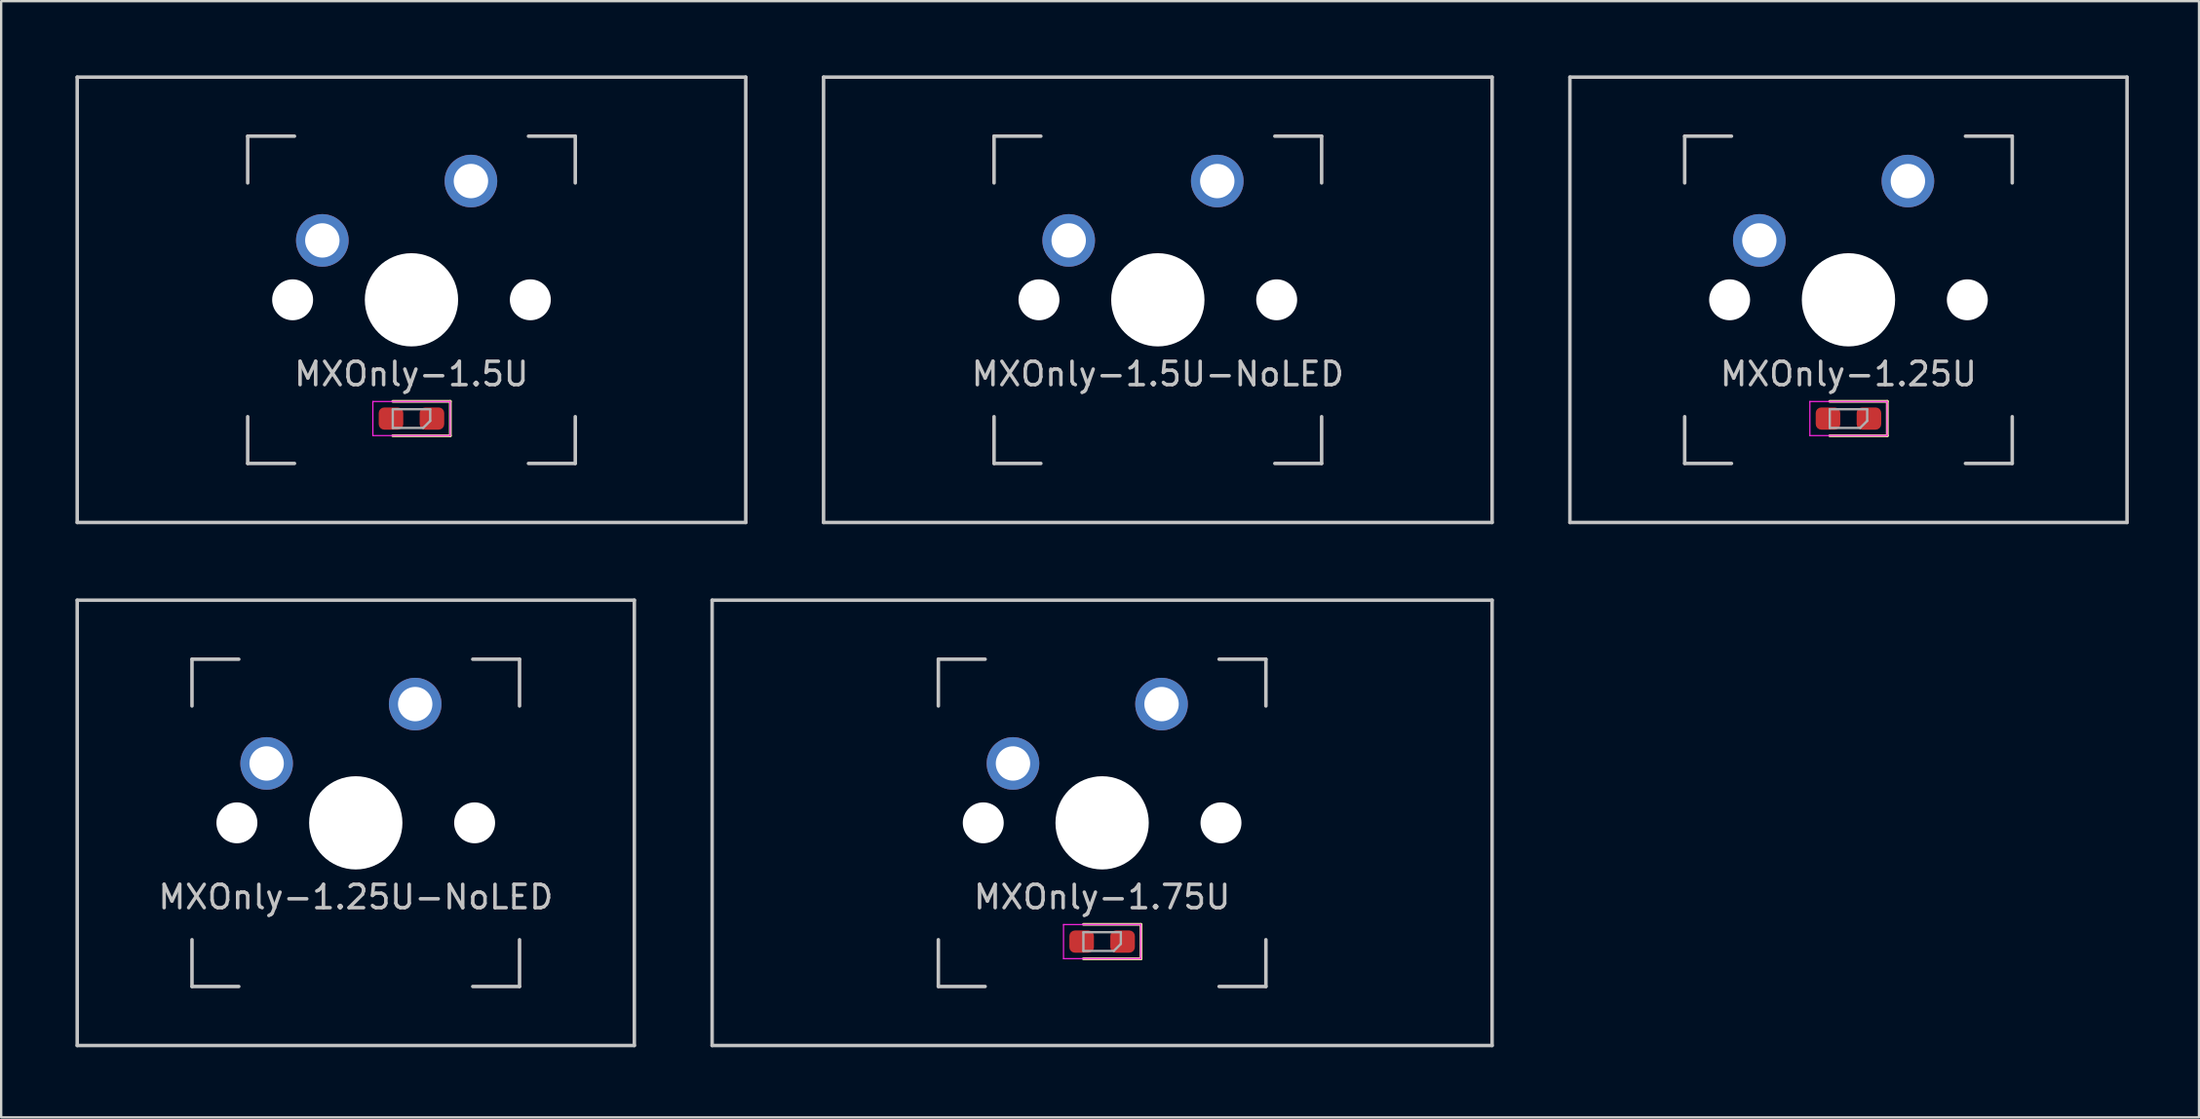
<source format=kicad_pcb>
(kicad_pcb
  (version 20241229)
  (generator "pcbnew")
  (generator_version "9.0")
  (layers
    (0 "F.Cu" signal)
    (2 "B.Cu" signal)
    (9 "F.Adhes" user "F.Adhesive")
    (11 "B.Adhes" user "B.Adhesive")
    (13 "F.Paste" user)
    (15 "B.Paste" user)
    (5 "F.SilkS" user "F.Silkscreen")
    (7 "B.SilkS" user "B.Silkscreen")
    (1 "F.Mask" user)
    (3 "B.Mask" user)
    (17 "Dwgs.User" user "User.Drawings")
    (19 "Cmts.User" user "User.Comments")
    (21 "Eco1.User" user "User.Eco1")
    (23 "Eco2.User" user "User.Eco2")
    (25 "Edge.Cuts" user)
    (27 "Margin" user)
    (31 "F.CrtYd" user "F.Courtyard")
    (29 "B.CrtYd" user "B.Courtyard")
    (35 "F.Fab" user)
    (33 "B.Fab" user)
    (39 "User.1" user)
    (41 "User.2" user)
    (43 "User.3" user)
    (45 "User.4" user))
  (footprint "MXOnly-1.5U"
    (layer "F.Cu")
    (at 0.25 0.25)
    (property "Reference" "MXOnly-1.5U" (at 14.287 12.7 0) (layer "Dwgs.User") (effects (font (size 1 1) (thickness 0.15))))
    (attr through_hole)
    (fp_line (start 13.488 15.34) (end 15.947 15.34) (stroke (width 0.12) (type solid)) (layer "F.SilkS"))
    (fp_line (start 15.947 13.87) (end 13.488 13.87) (stroke (width 0.12) (type solid)) (layer "F.SilkS"))
    (fp_line (start 15.947 15.34) (end 15.947 13.87) (stroke (width 0.12) (type solid)) (layer "F.SilkS"))
    (fp_line (start 0 0) (end 28.575 0) (stroke (width 0.15) (type solid)) (layer "Dwgs.User"))
    (fp_line (start 0 19.05) (end 0 0) (stroke (width 0.15) (type solid)) (layer "Dwgs.User"))
    (fp_line (start 0 19.05) (end 28.575 19.05) (stroke (width 0.15) (type solid)) (layer "Dwgs.User"))
    (fp_line (start 7.287 2.525) (end 7.287 4.525) (stroke (width 0.15) (type solid)) (layer "Dwgs.User"))
    (fp_line (start 7.287 14.525) (end 7.287 16.525) (stroke (width 0.15) (type solid)) (layer "Dwgs.User"))
    (fp_line (start 7.287 16.525) (end 9.287 16.525) (stroke (width 0.15) (type solid)) (layer "Dwgs.User"))
    (fp_line (start 9.287 2.525) (end 7.287 2.525) (stroke (width 0.15) (type solid)) (layer "Dwgs.User"))
    (fp_line (start 19.288 2.525) (end 21.288 2.525) (stroke (width 0.15) (type solid)) (layer "Dwgs.User"))
    (fp_line (start 19.288 16.525) (end 21.288 16.525) (stroke (width 0.15) (type solid)) (layer "Dwgs.User"))
    (fp_line (start 21.288 2.525) (end 21.288 4.525) (stroke (width 0.15) (type solid)) (layer "Dwgs.User"))
    (fp_line (start 21.288 16.525) (end 21.288 14.525) (stroke (width 0.15) (type solid)) (layer "Dwgs.User"))
    (fp_line (start 28.575 0) (end 28.575 19.05) (stroke (width 0.15) (type solid)) (layer "Dwgs.User"))
    (fp_line (start 12.637 13.875) (end 15.938 13.875) (stroke (width 0.05) (type solid)) (layer "F.CrtYd"))
    (fp_line (start 12.637 15.335) (end 12.637 13.875) (stroke (width 0.05) (type solid)) (layer "F.CrtYd"))
    (fp_line (start 15.938 13.875) (end 15.938 15.335) (stroke (width 0.05) (type solid)) (layer "F.CrtYd"))
    (fp_line (start 15.938 15.335) (end 12.637 15.335) (stroke (width 0.05) (type solid)) (layer "F.CrtYd"))
    (fp_line (start 13.488 14.205) (end 13.488 15.005) (stroke (width 0.1) (type solid)) (layer "F.Fab"))
    (fp_line (start 13.488 15.005) (end 14.787 15.005) (stroke (width 0.1) (type solid)) (layer "F.Fab"))
    (fp_line (start 14.787 15.005) (end 15.088 14.705) (stroke (width 0.1) (type solid)) (layer "F.Fab"))
    (fp_line (start 15.088 14.205) (end 13.488 14.205) (stroke (width 0.1) (type solid)) (layer "F.Fab"))
    (fp_line (start 15.088 14.705) (end 15.088 14.205) (stroke (width 0.1) (type solid)) (layer "F.Fab"))
    (pad "" np_thru_hole circle (at 9.207 9.525 48.1) (size 1.75 1.75) (drill 1.75) (layers "*.Cu" "*.Mask"))
    (pad "" np_thru_hole circle (at 14.287 9.525) (size 3.988 3.988) (drill 3.988) (layers "*.Cu" "*.Mask"))
    (pad "" np_thru_hole circle (at 19.367 9.525 48.1) (size 1.75 1.75) (drill 1.75) (layers "*.Cu" "*.Mask"))
    (pad "1" thru_hole circle (at 10.477 6.985) (size 2.25 2.25) (drill 1.47) (layers "*.Cu" "B.Mask"))
    (pad "2" thru_hole circle (at 16.828 4.445) (size 2.25 2.25) (drill 1.47) (layers "*.Cu" "B.Mask"))
    (pad "3" smd roundrect (at 13.412 14.605 180) (size 1.05 0.95) (layers "F.Cu" "F.Mask" "F.Paste") (roundrect_rratio 0.25))
    (pad "4" smd roundrect (at 15.162 14.605 180) (size 1.05 0.95) (layers "F.Cu" "F.Mask" "F.Paste") (roundrect_rratio 0.25)))
  (footprint "MXOnly-1.75U"
    (layer "F.Cu")
    (at 27.387 22.625)
    (property "Reference" "MXOnly-1.75U" (at 16.669 12.7 0) (layer "Dwgs.User") (effects (font (size 1 1) (thickness 0.15))))
    (attr through_hole)
    (fp_line (start 15.869 15.34) (end 18.329 15.34) (stroke (width 0.12) (type solid)) (layer "F.SilkS"))
    (fp_line (start 18.329 13.87) (end 15.869 13.87) (stroke (width 0.12) (type solid)) (layer "F.SilkS"))
    (fp_line (start 18.329 15.34) (end 18.329 13.87) (stroke (width 0.12) (type solid)) (layer "F.SilkS"))
    (fp_line (start 0 0) (end 33.337 0) (stroke (width 0.15) (type solid)) (layer "Dwgs.User"))
    (fp_line (start 0 19.05) (end 0 0) (stroke (width 0.15) (type solid)) (layer "Dwgs.User"))
    (fp_line (start 0 19.05) (end 33.337 19.05) (stroke (width 0.15) (type solid)) (layer "Dwgs.User"))
    (fp_line (start 9.669 2.525) (end 9.669 4.525) (stroke (width 0.15) (type solid)) (layer "Dwgs.User"))
    (fp_line (start 9.669 14.525) (end 9.669 16.525) (stroke (width 0.15) (type solid)) (layer "Dwgs.User"))
    (fp_line (start 9.669 16.525) (end 11.669 16.525) (stroke (width 0.15) (type solid)) (layer "Dwgs.User"))
    (fp_line (start 11.669 2.525) (end 9.669 2.525) (stroke (width 0.15) (type solid)) (layer "Dwgs.User"))
    (fp_line (start 21.669 2.525) (end 23.669 2.525) (stroke (width 0.15) (type solid)) (layer "Dwgs.User"))
    (fp_line (start 21.669 16.525) (end 23.669 16.525) (stroke (width 0.15) (type solid)) (layer "Dwgs.User"))
    (fp_line (start 23.669 2.525) (end 23.669 4.525) (stroke (width 0.15) (type solid)) (layer "Dwgs.User"))
    (fp_line (start 23.669 16.525) (end 23.669 14.525) (stroke (width 0.15) (type solid)) (layer "Dwgs.User"))
    (fp_line (start 33.337 0) (end 33.337 19.05) (stroke (width 0.15) (type solid)) (layer "Dwgs.User"))
    (fp_line (start 15.019 13.875) (end 18.319 13.875) (stroke (width 0.05) (type solid)) (layer "F.CrtYd"))
    (fp_line (start 15.019 15.335) (end 15.019 13.875) (stroke (width 0.05) (type solid)) (layer "F.CrtYd"))
    (fp_line (start 18.319 13.875) (end 18.319 15.335) (stroke (width 0.05) (type solid)) (layer "F.CrtYd"))
    (fp_line (start 18.319 15.335) (end 15.019 15.335) (stroke (width 0.05) (type solid)) (layer "F.CrtYd"))
    (fp_line (start 15.869 14.205) (end 15.869 15.005) (stroke (width 0.1) (type solid)) (layer "F.Fab"))
    (fp_line (start 15.869 15.005) (end 17.169 15.005) (stroke (width 0.1) (type solid)) (layer "F.Fab"))
    (fp_line (start 17.169 15.005) (end 17.469 14.705) (stroke (width 0.1) (type solid)) (layer "F.Fab"))
    (fp_line (start 17.469 14.205) (end 15.869 14.205) (stroke (width 0.1) (type solid)) (layer "F.Fab"))
    (fp_line (start 17.469 14.705) (end 17.469 14.205) (stroke (width 0.1) (type solid)) (layer "F.Fab"))
    (pad "" np_thru_hole circle (at 11.589 9.525 48.1) (size 1.75 1.75) (drill 1.75) (layers "*.Cu" "*.Mask"))
    (pad "" np_thru_hole circle (at 16.669 9.525) (size 3.988 3.988) (drill 3.988) (layers "*.Cu" "*.Mask"))
    (pad "" np_thru_hole circle (at 21.749 9.525 48.1) (size 1.75 1.75) (drill 1.75) (layers "*.Cu" "*.Mask"))
    (pad "1" thru_hole circle (at 12.859 6.985) (size 2.25 2.25) (drill 1.47) (layers "*.Cu" "B.Mask"))
    (pad "2" thru_hole circle (at 19.209 4.445) (size 2.25 2.25) (drill 1.47) (layers "*.Cu" "B.Mask"))
    (pad "3" smd roundrect (at 15.794 14.605 180) (size 1.05 0.95) (layers "F.Cu" "F.Mask" "F.Paste") (roundrect_rratio 0.25))
    (pad "4" smd roundrect (at 17.544 14.605 180) (size 1.05 0.95) (layers "F.Cu" "F.Mask" "F.Paste") (roundrect_rratio 0.25)))
  (footprint "MXOnly-1.25U-NoLED"
    (layer "F.Cu")
    (at 0.25 22.625)
    (property "Reference" "MXOnly-1.25U-NoLED" (at 11.906 12.7 0) (layer "Dwgs.User") (effects (font (size 1 1) (thickness 0.15))))
    (attr through_hole)
    (fp_line (start 0 0) (end 23.812 0) (stroke (width 0.15) (type solid)) (layer "Dwgs.User"))
    (fp_line (start 0 19.05) (end 0 0) (stroke (width 0.15) (type solid)) (layer "Dwgs.User"))
    (fp_line (start 0 19.05) (end 23.812 19.05) (stroke (width 0.15) (type solid)) (layer "Dwgs.User"))
    (fp_line (start 4.906 2.525) (end 4.906 4.525) (stroke (width 0.15) (type solid)) (layer "Dwgs.User"))
    (fp_line (start 4.906 14.525) (end 4.906 16.525) (stroke (width 0.15) (type solid)) (layer "Dwgs.User"))
    (fp_line (start 4.906 16.525) (end 6.906 16.525) (stroke (width 0.15) (type solid)) (layer "Dwgs.User"))
    (fp_line (start 6.906 2.525) (end 4.906 2.525) (stroke (width 0.15) (type solid)) (layer "Dwgs.User"))
    (fp_line (start 16.906 2.525) (end 18.906 2.525) (stroke (width 0.15) (type solid)) (layer "Dwgs.User"))
    (fp_line (start 16.906 16.525) (end 18.906 16.525) (stroke (width 0.15) (type solid)) (layer "Dwgs.User"))
    (fp_line (start 18.906 2.525) (end 18.906 4.525) (stroke (width 0.15) (type solid)) (layer "Dwgs.User"))
    (fp_line (start 18.906 16.525) (end 18.906 14.525) (stroke (width 0.15) (type solid)) (layer "Dwgs.User"))
    (fp_line (start 23.812 0) (end 23.812 19.05) (stroke (width 0.15) (type solid)) (layer "Dwgs.User"))
    (pad "" np_thru_hole circle (at 6.826 9.525 48.1) (size 1.75 1.75) (drill 1.75) (layers "*.Cu" "*.Mask"))
    (pad "" np_thru_hole circle (at 11.906 9.525) (size 3.988 3.988) (drill 3.988) (layers "*.Cu" "*.Mask"))
    (pad "" np_thru_hole circle (at 16.986 9.525 48.1) (size 1.75 1.75) (drill 1.75) (layers "*.Cu" "*.Mask"))
    (pad "1" thru_hole circle (at 8.096 6.985) (size 2.25 2.25) (drill 1.47) (layers "*.Cu" "B.Mask"))
    (pad "2" thru_hole circle (at 14.446 4.445) (size 2.25 2.25) (drill 1.47) (layers "*.Cu" "B.Mask")))
  (footprint "MXOnly-1.25U"
    (layer "F.Cu")
    (at 64.05 0.25)
    (property "Reference" "MXOnly-1.25U" (at 11.906 12.7 0) (layer "Dwgs.User") (effects (font (size 1 1) (thickness 0.15))))
    (attr through_hole)
    (fp_line (start 11.106 15.34) (end 13.566 15.34) (stroke (width 0.12) (type solid)) (layer "F.SilkS"))
    (fp_line (start 13.566 13.87) (end 11.106 13.87) (stroke (width 0.12) (type solid)) (layer "F.SilkS"))
    (fp_line (start 13.566 15.34) (end 13.566 13.87) (stroke (width 0.12) (type solid)) (layer "F.SilkS"))
    (fp_line (start 0 0) (end 23.812 0) (stroke (width 0.15) (type solid)) (layer "Dwgs.User"))
    (fp_line (start 0 19.05) (end 0 0) (stroke (width 0.15) (type solid)) (layer "Dwgs.User"))
    (fp_line (start 0 19.05) (end 23.812 19.05) (stroke (width 0.15) (type solid)) (layer "Dwgs.User"))
    (fp_line (start 4.906 2.525) (end 4.906 4.525) (stroke (width 0.15) (type solid)) (layer "Dwgs.User"))
    (fp_line (start 4.906 14.525) (end 4.906 16.525) (stroke (width 0.15) (type solid)) (layer "Dwgs.User"))
    (fp_line (start 4.906 16.525) (end 6.906 16.525) (stroke (width 0.15) (type solid)) (layer "Dwgs.User"))
    (fp_line (start 6.906 2.525) (end 4.906 2.525) (stroke (width 0.15) (type solid)) (layer "Dwgs.User"))
    (fp_line (start 16.906 2.525) (end 18.906 2.525) (stroke (width 0.15) (type solid)) (layer "Dwgs.User"))
    (fp_line (start 16.906 16.525) (end 18.906 16.525) (stroke (width 0.15) (type solid)) (layer "Dwgs.User"))
    (fp_line (start 18.906 2.525) (end 18.906 4.525) (stroke (width 0.15) (type solid)) (layer "Dwgs.User"))
    (fp_line (start 18.906 16.525) (end 18.906 14.525) (stroke (width 0.15) (type solid)) (layer "Dwgs.User"))
    (fp_line (start 23.812 0) (end 23.812 19.05) (stroke (width 0.15) (type solid)) (layer "Dwgs.User"))
    (fp_line (start 10.256 13.875) (end 13.556 13.875) (stroke (width 0.05) (type solid)) (layer "F.CrtYd"))
    (fp_line (start 10.256 15.335) (end 10.256 13.875) (stroke (width 0.05) (type solid)) (layer "F.CrtYd"))
    (fp_line (start 13.556 13.875) (end 13.556 15.335) (stroke (width 0.05) (type solid)) (layer "F.CrtYd"))
    (fp_line (start 13.556 15.335) (end 10.256 15.335) (stroke (width 0.05) (type solid)) (layer "F.CrtYd"))
    (fp_line (start 11.106 14.205) (end 11.106 15.005) (stroke (width 0.1) (type solid)) (layer "F.Fab"))
    (fp_line (start 11.106 15.005) (end 12.406 15.005) (stroke (width 0.1) (type solid)) (layer "F.Fab"))
    (fp_line (start 12.406 15.005) (end 12.706 14.705) (stroke (width 0.1) (type solid)) (layer "F.Fab"))
    (fp_line (start 12.706 14.205) (end 11.106 14.205) (stroke (width 0.1) (type solid)) (layer "F.Fab"))
    (fp_line (start 12.706 14.705) (end 12.706 14.205) (stroke (width 0.1) (type solid)) (layer "F.Fab"))
    (pad "" np_thru_hole circle (at 6.826 9.525 48.1) (size 1.75 1.75) (drill 1.75) (layers "*.Cu" "*.Mask"))
    (pad "" np_thru_hole circle (at 11.906 9.525) (size 3.988 3.988) (drill 3.988) (layers "*.Cu" "*.Mask"))
    (pad "" np_thru_hole circle (at 16.986 9.525 48.1) (size 1.75 1.75) (drill 1.75) (layers "*.Cu" "*.Mask"))
    (pad "1" thru_hole circle (at 8.096 6.985) (size 2.25 2.25) (drill 1.47) (layers "*.Cu" "B.Mask"))
    (pad "2" thru_hole circle (at 14.446 4.445) (size 2.25 2.25) (drill 1.47) (layers "*.Cu" "B.Mask"))
    (pad "3" smd roundrect (at 11.031 14.605 180) (size 1.05 0.95) (layers "F.Cu" "F.Mask" "F.Paste") (roundrect_rratio 0.25))
    (pad "4" smd roundrect (at 12.781 14.605 180) (size 1.05 0.95) (layers "F.Cu" "F.Mask" "F.Paste") (roundrect_rratio 0.25)))
  (footprint "MXOnly-1.5U-NoLED"
    (layer "F.Cu")
    (at 32.15 0.25)
    (property "Reference" "MXOnly-1.5U-NoLED" (at 14.287 12.7 0) (layer "Dwgs.User") (effects (font (size 1 1) (thickness 0.15))))
    (attr through_hole)
    (fp_line (start 0 0) (end 28.575 0) (stroke (width 0.15) (type solid)) (layer "Dwgs.User"))
    (fp_line (start 0 19.05) (end 0 0) (stroke (width 0.15) (type solid)) (layer "Dwgs.User"))
    (fp_line (start 0 19.05) (end 28.575 19.05) (stroke (width 0.15) (type solid)) (layer "Dwgs.User"))
    (fp_line (start 7.287 2.525) (end 7.287 4.525) (stroke (width 0.15) (type solid)) (layer "Dwgs.User"))
    (fp_line (start 7.287 14.525) (end 7.287 16.525) (stroke (width 0.15) (type solid)) (layer "Dwgs.User"))
    (fp_line (start 7.287 16.525) (end 9.287 16.525) (stroke (width 0.15) (type solid)) (layer "Dwgs.User"))
    (fp_line (start 9.287 2.525) (end 7.287 2.525) (stroke (width 0.15) (type solid)) (layer "Dwgs.User"))
    (fp_line (start 19.288 2.525) (end 21.288 2.525) (stroke (width 0.15) (type solid)) (layer "Dwgs.User"))
    (fp_line (start 19.288 16.525) (end 21.288 16.525) (stroke (width 0.15) (type solid)) (layer "Dwgs.User"))
    (fp_line (start 21.288 2.525) (end 21.288 4.525) (stroke (width 0.15) (type solid)) (layer "Dwgs.User"))
    (fp_line (start 21.288 16.525) (end 21.288 14.525) (stroke (width 0.15) (type solid)) (layer "Dwgs.User"))
    (fp_line (start 28.575 0) (end 28.575 19.05) (stroke (width 0.15) (type solid)) (layer "Dwgs.User"))
    (pad "" np_thru_hole circle (at 9.207 9.525 48.1) (size 1.75 1.75) (drill 1.75) (layers "*.Cu" "*.Mask"))
    (pad "" np_thru_hole circle (at 14.287 9.525) (size 3.988 3.988) (drill 3.988) (layers "*.Cu" "*.Mask"))
    (pad "" np_thru_hole circle (at 19.367 9.525 48.1) (size 1.75 1.75) (drill 1.75) (layers "*.Cu" "*.Mask"))
    (pad "1" thru_hole circle (at 10.477 6.985) (size 2.25 2.25) (drill 1.47) (layers "*.Cu" "B.Mask"))
    (pad "2" thru_hole circle (at 16.828 4.445) (size 2.25 2.25) (drill 1.47) (layers "*.Cu" "B.Mask")))
  (gr_rect
    (start -3 -3)
    (end 90.938 44.75)
    (stroke (width 0.1) (type default))
    (fill no)
    (layer "Edge.Cuts")))
</source>
